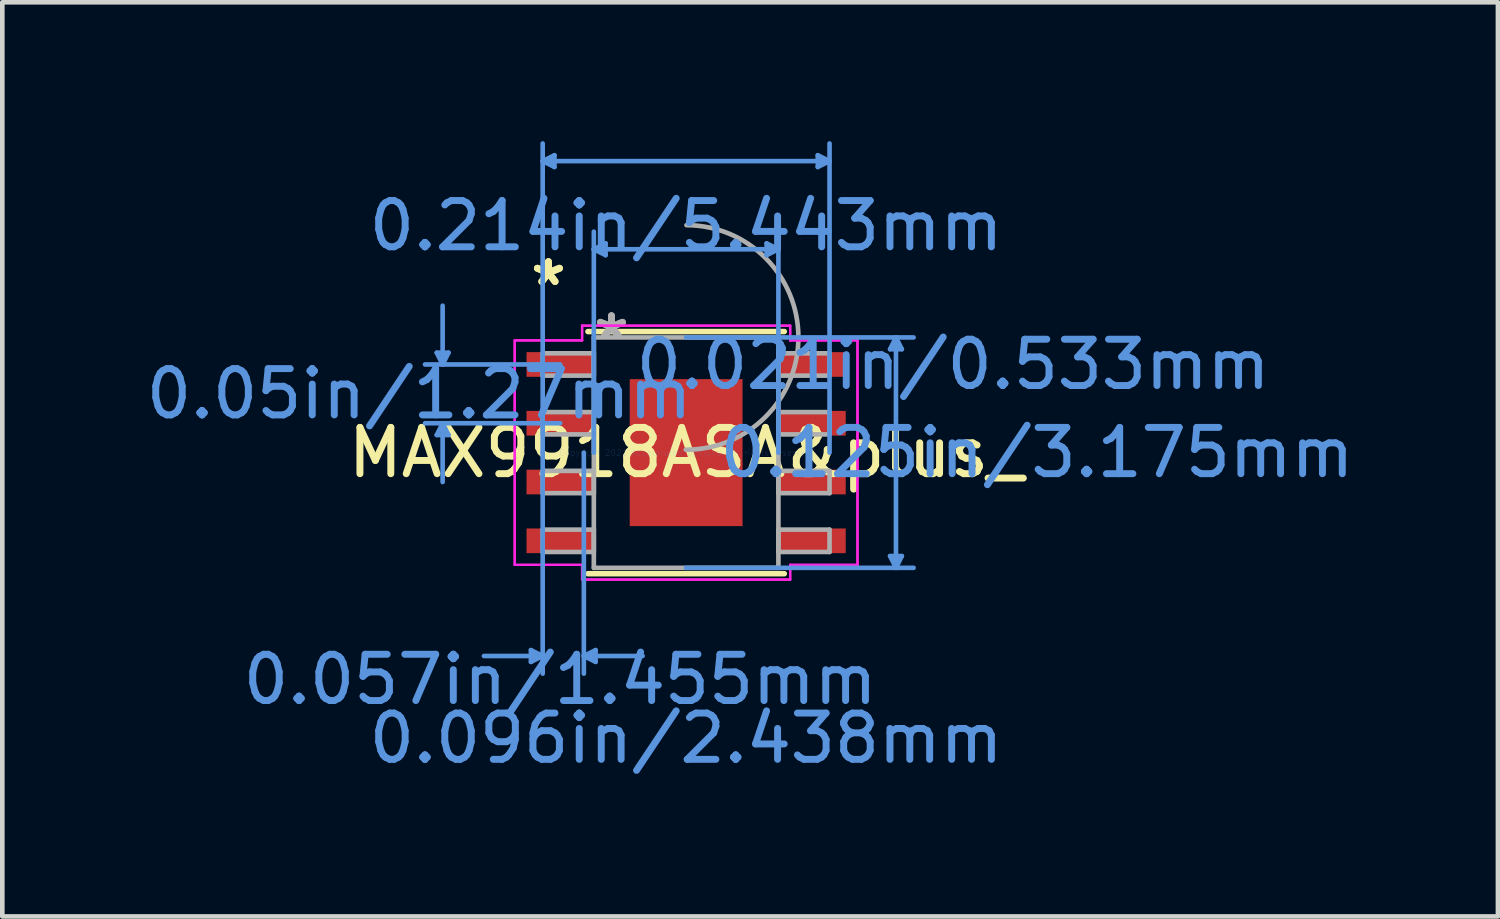
<source format=kicad_pcb>
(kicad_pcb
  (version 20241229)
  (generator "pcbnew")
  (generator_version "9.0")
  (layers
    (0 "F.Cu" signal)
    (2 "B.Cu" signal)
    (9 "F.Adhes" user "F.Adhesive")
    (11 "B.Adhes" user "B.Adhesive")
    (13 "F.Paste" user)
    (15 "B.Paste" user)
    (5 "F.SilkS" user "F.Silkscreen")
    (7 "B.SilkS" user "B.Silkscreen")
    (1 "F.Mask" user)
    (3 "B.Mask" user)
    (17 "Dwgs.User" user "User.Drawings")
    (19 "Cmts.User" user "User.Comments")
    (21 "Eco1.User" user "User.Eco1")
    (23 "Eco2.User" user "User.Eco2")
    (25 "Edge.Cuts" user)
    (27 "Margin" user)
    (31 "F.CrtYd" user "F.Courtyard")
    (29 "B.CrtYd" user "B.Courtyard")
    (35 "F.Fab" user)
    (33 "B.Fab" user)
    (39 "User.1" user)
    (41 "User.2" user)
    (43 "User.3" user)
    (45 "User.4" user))
  (footprint "MAX9918ASA&plus_"
    (layer "F.Cu")
    (at 11.775 6.73)
    (property "Reference" "MAX9918ASA&plus_" (at 0 0 0) (layer "F.SilkS") (effects (font (size 1 1) (thickness 0.15))))
    (attr through_hole)
    (fp_line (start -2.121 2.616) (end 2.121 2.616) (stroke (width 0.12) (type solid)) (layer "F.SilkS"))
    (fp_line (start 2.121 -2.616) (end -2.121 -2.616) (stroke (width 0.12) (type solid)) (layer "F.SilkS"))
    (fp_poly (pts (xy -1.119 -1.488) (xy -1.119 -0.1) (xy 1.119 -0.1) (xy 1.119 -1.488)) (stroke (width 0.1) (type solid)) (fill yes) (layer "F.Paste"))
    (fp_poly (pts (xy -1.119 0.1) (xy -1.119 1.488) (xy 1.119 1.488) (xy 1.119 0.1)) (stroke (width 0.1) (type solid)) (fill yes) (layer "F.Paste"))
    (fp_line (start -5.388 -2.159) (end -5.134 -2.159) (stroke (width 0.1) (type solid)) (layer "Cmts.User"))
    (fp_line (start -5.388 -0.381) (end -5.134 -0.381) (stroke (width 0.1) (type solid)) (layer "Cmts.User"))
    (fp_line (start -5.261 -1.905) (end -5.388 -2.159) (stroke (width 0.1) (type solid)) (layer "Cmts.User"))
    (fp_line (start -5.261 -1.905) (end -5.261 -3.175) (stroke (width 0.1) (type solid)) (layer "Cmts.User"))
    (fp_line (start -5.261 -1.905) (end -5.134 -2.159) (stroke (width 0.1) (type solid)) (layer "Cmts.User"))
    (fp_line (start -5.261 -0.635) (end -5.388 -0.381) (stroke (width 0.1) (type solid)) (layer "Cmts.User"))
    (fp_line (start -5.261 -0.635) (end -5.261 0.635) (stroke (width 0.1) (type solid)) (layer "Cmts.User"))
    (fp_line (start -5.261 -0.635) (end -5.134 -0.381) (stroke (width 0.1) (type solid)) (layer "Cmts.User"))
    (fp_line (start -3.353 4.267) (end -3.353 4.521) (stroke (width 0.1) (type solid)) (layer "Cmts.User"))
    (fp_line (start -3.099 -6.299) (end -2.845 -6.426) (stroke (width 0.1) (type solid)) (layer "Cmts.User"))
    (fp_line (start -3.099 -6.299) (end -2.845 -6.172) (stroke (width 0.1) (type solid)) (layer "Cmts.User"))
    (fp_line (start -3.099 -6.299) (end 3.099 -6.299) (stroke (width 0.1) (type solid)) (layer "Cmts.User"))
    (fp_line (start -3.099 0) (end -3.099 -6.68) (stroke (width 0.1) (type solid)) (layer "Cmts.User"))
    (fp_line (start -3.099 0) (end -3.099 4.775) (stroke (width 0.1) (type solid)) (layer "Cmts.User"))
    (fp_line (start -3.099 4.394) (end -4.369 4.394) (stroke (width 0.1) (type solid)) (layer "Cmts.User"))
    (fp_line (start -3.099 4.394) (end -3.353 4.267) (stroke (width 0.1) (type solid)) (layer "Cmts.User"))
    (fp_line (start -3.099 4.394) (end -3.353 4.521) (stroke (width 0.1) (type solid)) (layer "Cmts.User"))
    (fp_line (start -2.845 -6.426) (end -2.845 -6.172) (stroke (width 0.1) (type solid)) (layer "Cmts.User"))
    (fp_line (start -2.721 -1.905) (end -5.642 -1.905) (stroke (width 0.1) (type solid)) (layer "Cmts.User"))
    (fp_line (start -2.721 -0.635) (end -5.642 -0.635) (stroke (width 0.1) (type solid)) (layer "Cmts.User"))
    (fp_line (start -2.21 0) (end -2.21 4.775) (stroke (width 0.1) (type solid)) (layer "Cmts.User"))
    (fp_line (start -2.21 4.394) (end -1.956 4.267) (stroke (width 0.1) (type solid)) (layer "Cmts.User"))
    (fp_line (start -2.21 4.394) (end -1.956 4.521) (stroke (width 0.1) (type solid)) (layer "Cmts.User"))
    (fp_line (start -2.21 4.394) (end -0.94 4.394) (stroke (width 0.1) (type solid)) (layer "Cmts.User"))
    (fp_line (start -1.994 -4.394) (end -1.74 -4.521) (stroke (width 0.1) (type solid)) (layer "Cmts.User"))
    (fp_line (start -1.994 -4.394) (end -1.74 -4.267) (stroke (width 0.1) (type solid)) (layer "Cmts.User"))
    (fp_line (start -1.994 -4.394) (end 1.994 -4.394) (stroke (width 0.1) (type solid)) (layer "Cmts.User"))
    (fp_line (start -1.994 0) (end -1.994 -4.775) (stroke (width 0.1) (type solid)) (layer "Cmts.User"))
    (fp_line (start -1.956 4.267) (end -1.956 4.521) (stroke (width 0.1) (type solid)) (layer "Cmts.User"))
    (fp_line (start -1.74 -4.521) (end -1.74 -4.267) (stroke (width 0.1) (type solid)) (layer "Cmts.User"))
    (fp_line (start 0 -2.489) (end 4.915 -2.489) (stroke (width 0.1) (type solid)) (layer "Cmts.User"))
    (fp_line (start 0 2.489) (end 4.915 2.489) (stroke (width 0.1) (type solid)) (layer "Cmts.User"))
    (fp_line (start 1.74 -4.521) (end 1.74 -4.267) (stroke (width 0.1) (type solid)) (layer "Cmts.User"))
    (fp_line (start 1.994 -4.394) (end 1.74 -4.521) (stroke (width 0.1) (type solid)) (layer "Cmts.User"))
    (fp_line (start 1.994 -4.394) (end 1.74 -4.267) (stroke (width 0.1) (type solid)) (layer "Cmts.User"))
    (fp_line (start 1.994 0) (end 1.994 -4.775) (stroke (width 0.1) (type solid)) (layer "Cmts.User"))
    (fp_line (start 2.845 -6.426) (end 2.845 -6.172) (stroke (width 0.1) (type solid)) (layer "Cmts.User"))
    (fp_line (start 3.099 -6.299) (end 2.845 -6.426) (stroke (width 0.1) (type solid)) (layer "Cmts.User"))
    (fp_line (start 3.099 -6.299) (end 2.845 -6.172) (stroke (width 0.1) (type solid)) (layer "Cmts.User"))
    (fp_line (start 3.099 0) (end 3.099 -6.68) (stroke (width 0.1) (type solid)) (layer "Cmts.User"))
    (fp_line (start 4.407 -2.235) (end 4.661 -2.235) (stroke (width 0.1) (type solid)) (layer "Cmts.User"))
    (fp_line (start 4.407 2.235) (end 4.661 2.235) (stroke (width 0.1) (type solid)) (layer "Cmts.User"))
    (fp_line (start 4.534 -2.489) (end 4.407 -2.235) (stroke (width 0.1) (type solid)) (layer "Cmts.User"))
    (fp_line (start 4.534 -2.489) (end 4.534 2.489) (stroke (width 0.1) (type solid)) (layer "Cmts.User"))
    (fp_line (start 4.534 -2.489) (end 4.661 -2.235) (stroke (width 0.1) (type solid)) (layer "Cmts.User"))
    (fp_line (start 4.534 2.489) (end 4.407 2.235) (stroke (width 0.1) (type solid)) (layer "Cmts.User"))
    (fp_line (start 4.534 2.489) (end 4.661 2.235) (stroke (width 0.1) (type solid)) (layer "Cmts.User"))
    (fp_line (start -3.703 -2.425) (end -2.248 -2.425) (stroke (width 0.05) (type solid)) (layer "F.CrtYd"))
    (fp_line (start -3.703 -2.425) (end -2.248 -2.425) (stroke (width 0.05) (type solid)) (layer "F.CrtYd"))
    (fp_line (start -3.703 2.425) (end -3.703 -2.425) (stroke (width 0.05) (type solid)) (layer "F.CrtYd"))
    (fp_line (start -3.703 2.425) (end -3.703 -2.425) (stroke (width 0.05) (type solid)) (layer "F.CrtYd"))
    (fp_line (start -3.703 2.425) (end -2.248 2.425) (stroke (width 0.05) (type solid)) (layer "F.CrtYd"))
    (fp_line (start -2.248 -2.743) (end 2.248 -2.743) (stroke (width 0.05) (type solid)) (layer "F.CrtYd"))
    (fp_line (start -2.248 -2.743) (end 2.248 -2.743) (stroke (width 0.05) (type solid)) (layer "F.CrtYd"))
    (fp_line (start -2.248 -2.425) (end -2.248 -2.743) (stroke (width 0.05) (type solid)) (layer "F.CrtYd"))
    (fp_line (start -2.248 -2.425) (end -2.248 -2.743) (stroke (width 0.05) (type solid)) (layer "F.CrtYd"))
    (fp_line (start -2.248 2.425) (end -3.703 2.425) (stroke (width 0.05) (type solid)) (layer "F.CrtYd"))
    (fp_line (start -2.248 2.743) (end -2.248 2.425) (stroke (width 0.05) (type solid)) (layer "F.CrtYd"))
    (fp_line (start -2.248 2.743) (end -2.248 2.425) (stroke (width 0.05) (type solid)) (layer "F.CrtYd"))
    (fp_line (start 2.248 -2.743) (end 2.248 -2.425) (stroke (width 0.05) (type solid)) (layer "F.CrtYd"))
    (fp_line (start 2.248 -2.743) (end 2.248 -2.425) (stroke (width 0.05) (type solid)) (layer "F.CrtYd"))
    (fp_line (start 2.248 -2.425) (end 3.703 -2.425) (stroke (width 0.05) (type solid)) (layer "F.CrtYd"))
    (fp_line (start 2.248 2.425) (end 2.248 2.743) (stroke (width 0.05) (type solid)) (layer "F.CrtYd"))
    (fp_line (start 2.248 2.425) (end 2.248 2.743) (stroke (width 0.05) (type solid)) (layer "F.CrtYd"))
    (fp_line (start 2.248 2.743) (end -2.248 2.743) (stroke (width 0.05) (type solid)) (layer "F.CrtYd"))
    (fp_line (start 2.248 2.743) (end -2.248 2.743) (stroke (width 0.05) (type solid)) (layer "F.CrtYd"))
    (fp_line (start 3.703 -2.425) (end 2.248 -2.425) (stroke (width 0.05) (type solid)) (layer "F.CrtYd"))
    (fp_line (start 3.703 -2.425) (end 3.703 2.425) (stroke (width 0.05) (type solid)) (layer "F.CrtYd"))
    (fp_line (start 3.703 -2.425) (end 3.703 2.425) (stroke (width 0.05) (type solid)) (layer "F.CrtYd"))
    (fp_line (start 3.703 2.425) (end 2.248 2.425) (stroke (width 0.05) (type solid)) (layer "F.CrtYd"))
    (fp_line (start 3.703 2.425) (end 2.248 2.425) (stroke (width 0.05) (type solid)) (layer "F.CrtYd"))
    (fp_line (start -3.099 -2.146) (end -3.099 -1.664) (stroke (width 0.1) (type solid)) (layer "F.Fab"))
    (fp_line (start -3.099 -1.664) (end -1.994 -1.664) (stroke (width 0.1) (type solid)) (layer "F.Fab"))
    (fp_line (start -3.099 -0.876) (end -3.099 -0.394) (stroke (width 0.1) (type solid)) (layer "F.Fab"))
    (fp_line (start -3.099 -0.394) (end -1.994 -0.394) (stroke (width 0.1) (type solid)) (layer "F.Fab"))
    (fp_line (start -3.099 0.394) (end -3.099 0.876) (stroke (width 0.1) (type solid)) (layer "F.Fab"))
    (fp_line (start -3.099 0.876) (end -1.994 0.876) (stroke (width 0.1) (type solid)) (layer "F.Fab"))
    (fp_line (start -3.099 1.664) (end -3.099 2.146) (stroke (width 0.1) (type solid)) (layer "F.Fab"))
    (fp_line (start -3.099 2.146) (end -1.994 2.146) (stroke (width 0.1) (type solid)) (layer "F.Fab"))
    (fp_line (start -1.994 -2.489) (end -1.994 2.489) (stroke (width 0.1) (type solid)) (layer "F.Fab"))
    (fp_line (start -1.994 -2.146) (end -3.099 -2.146) (stroke (width 0.1) (type solid)) (layer "F.Fab"))
    (fp_line (start -1.994 -1.664) (end -1.994 -2.146) (stroke (width 0.1) (type solid)) (layer "F.Fab"))
    (fp_line (start -1.994 -0.876) (end -3.099 -0.876) (stroke (width 0.1) (type solid)) (layer "F.Fab"))
    (fp_line (start -1.994 -0.394) (end -1.994 -0.876) (stroke (width 0.1) (type solid)) (layer "F.Fab"))
    (fp_line (start -1.994 0.394) (end -3.099 0.394) (stroke (width 0.1) (type solid)) (layer "F.Fab"))
    (fp_line (start -1.994 0.876) (end -1.994 0.394) (stroke (width 0.1) (type solid)) (layer "F.Fab"))
    (fp_line (start -1.994 1.664) (end -3.099 1.664) (stroke (width 0.1) (type solid)) (layer "F.Fab"))
    (fp_line (start -1.994 2.146) (end -1.994 1.664) (stroke (width 0.1) (type solid)) (layer "F.Fab"))
    (fp_line (start -1.994 2.489) (end 1.994 2.489) (stroke (width 0.1) (type solid)) (layer "F.Fab"))
    (fp_line (start 1.994 -2.489) (end -1.994 -2.489) (stroke (width 0.1) (type solid)) (layer "F.Fab"))
    (fp_line (start 1.994 -2.146) (end 1.994 -1.664) (stroke (width 0.1) (type solid)) (layer "F.Fab"))
    (fp_line (start 1.994 -1.664) (end 3.099 -1.664) (stroke (width 0.1) (type solid)) (layer "F.Fab"))
    (fp_line (start 1.994 -0.876) (end 1.994 -0.394) (stroke (width 0.1) (type solid)) (layer "F.Fab"))
    (fp_line (start 1.994 -0.394) (end 3.099 -0.394) (stroke (width 0.1) (type solid)) (layer "F.Fab"))
    (fp_line (start 1.994 0.394) (end 1.994 0.876) (stroke (width 0.1) (type solid)) (layer "F.Fab"))
    (fp_line (start 1.994 0.876) (end 3.099 0.876) (stroke (width 0.1) (type solid)) (layer "F.Fab"))
    (fp_line (start 1.994 1.664) (end 1.994 2.146) (stroke (width 0.1) (type solid)) (layer "F.Fab"))
    (fp_line (start 1.994 2.146) (end 3.099 2.146) (stroke (width 0.1) (type solid)) (layer "F.Fab"))
    (fp_line (start 1.994 2.489) (end 1.994 -2.489) (stroke (width 0.1) (type solid)) (layer "F.Fab"))
    (fp_line (start 3.099 -2.146) (end 1.994 -2.146) (stroke (width 0.1) (type solid)) (layer "F.Fab"))
    (fp_line (start 3.099 -1.664) (end 3.099 -2.146) (stroke (width 0.1) (type solid)) (layer "F.Fab"))
    (fp_line (start 3.099 -0.876) (end 1.994 -0.876) (stroke (width 0.1) (type solid)) (layer "F.Fab"))
    (fp_line (start 3.099 -0.394) (end 3.099 -0.876) (stroke (width 0.1) (type solid)) (layer "F.Fab"))
    (fp_line (start 3.099 0.394) (end 1.994 0.394) (stroke (width 0.1) (type solid)) (layer "F.Fab"))
    (fp_line (start 3.099 0.876) (end 3.099 0.394) (stroke (width 0.1) (type solid)) (layer "F.Fab"))
    (fp_line (start 3.099 1.664) (end 1.994 1.664) (stroke (width 0.1) (type solid)) (layer "F.Fab"))
    (fp_line (start 3.099 2.146) (end 3.099 1.664) (stroke (width 0.1) (type solid)) (layer "F.Fab"))
    (fp_arc (start 0.007742 -4.915174) (mid 2.425974 -2.481458) (end -0.007742 -0.063226) (stroke (width 0.1) (type solid)) (layer "F.Fab"))
    (fp_text user "*" (at -2.975 -3.581 0) (layer "F.SilkS") (effects (font (size 1 1) (thickness 0.15))))
    (fp_text user "*" (at -2.975 -3.581 0) (layer "F.SilkS") (effects (font (size 1 1) (thickness 0.15))))
    (fp_text user "Copyright 2021 Accelerated Designs. All rights reserved." (at 0 0 0) (layer "Cmts.User") (effects (font (size 0.127 0.127) (thickness 0.002))))
    (fp_text user "0.096in/2.438mm" (at 0 6.172 0) (layer "Cmts.User") (effects (font (size 1 1) (thickness 0.15))))
    (fp_text user "0.021in/0.533mm" (at 5.769 -1.905 0) (layer "Cmts.User") (effects (font (size 1 1) (thickness 0.15))))
    (fp_text user "0.214in/5.443mm" (at 0 -4.902 0) (layer "Cmts.User") (effects (font (size 1 1) (thickness 0.15))))
    (fp_text user "0.05in/1.27mm" (at -5.769 -1.27 0) (layer "Cmts.User") (effects (font (size 1 1) (thickness 0.15))))
    (fp_text user "0.057in/1.455mm" (at -2.721 4.902 0) (layer "Cmts.User") (effects (font (size 1 1) (thickness 0.15))))
    (fp_text user "0.125in/3.175mm" (at 7.582 0 0) (layer "Cmts.User") (effects (font (size 1 1) (thickness 0.15))))
    (fp_text user "*" (at -1.613 -2.413 0) (layer "F.Fab") (effects (font (size 1 1) (thickness 0.15))))
    (fp_text user "*" (at -1.613 -2.413 0) (layer "F.Fab") (effects (font (size 1 1) (thickness 0.15))))
    (pad "1" smd rect (at -2.721 -1.905) (size 1.455 0.533) (layers "F.Cu" "F.Mask" "F.Paste"))
    (pad "2" smd rect (at -2.721 -0.635) (size 1.455 0.533) (layers "F.Cu" "F.Mask" "F.Paste"))
    (pad "3" smd rect (at -2.721 0.635) (size 1.455 0.533) (layers "F.Cu" "F.Mask" "F.Paste"))
    (pad "4" smd rect (at -2.721 1.905) (size 1.455 0.533) (layers "F.Cu" "F.Mask" "F.Paste"))
    (pad "5" smd rect (at 2.721 1.905) (size 1.455 0.533) (layers "F.Cu" "F.Mask" "F.Paste"))
    (pad "6" smd rect (at 2.721 0.635) (size 1.455 0.533) (layers "F.Cu" "F.Mask" "F.Paste"))
    (pad "7" smd rect (at 2.721 -0.635) (size 1.455 0.533) (layers "F.Cu" "F.Mask" "F.Paste"))
    (pad "8" smd rect (at 2.721 -1.905) (size 1.455 0.533) (layers "F.Cu" "F.Mask" "F.Paste"))
    (pad "EPAD" smd rect (at 0 0) (size 2.438 3.175) (layers "F.Cu" "F.Mask")))
  (gr_rect
    (start -3 -3)
    (end 29.316 16.751)
    (stroke (width 0.1) (type default))
    (fill no)
    (layer "Edge.Cuts")))
</source>
